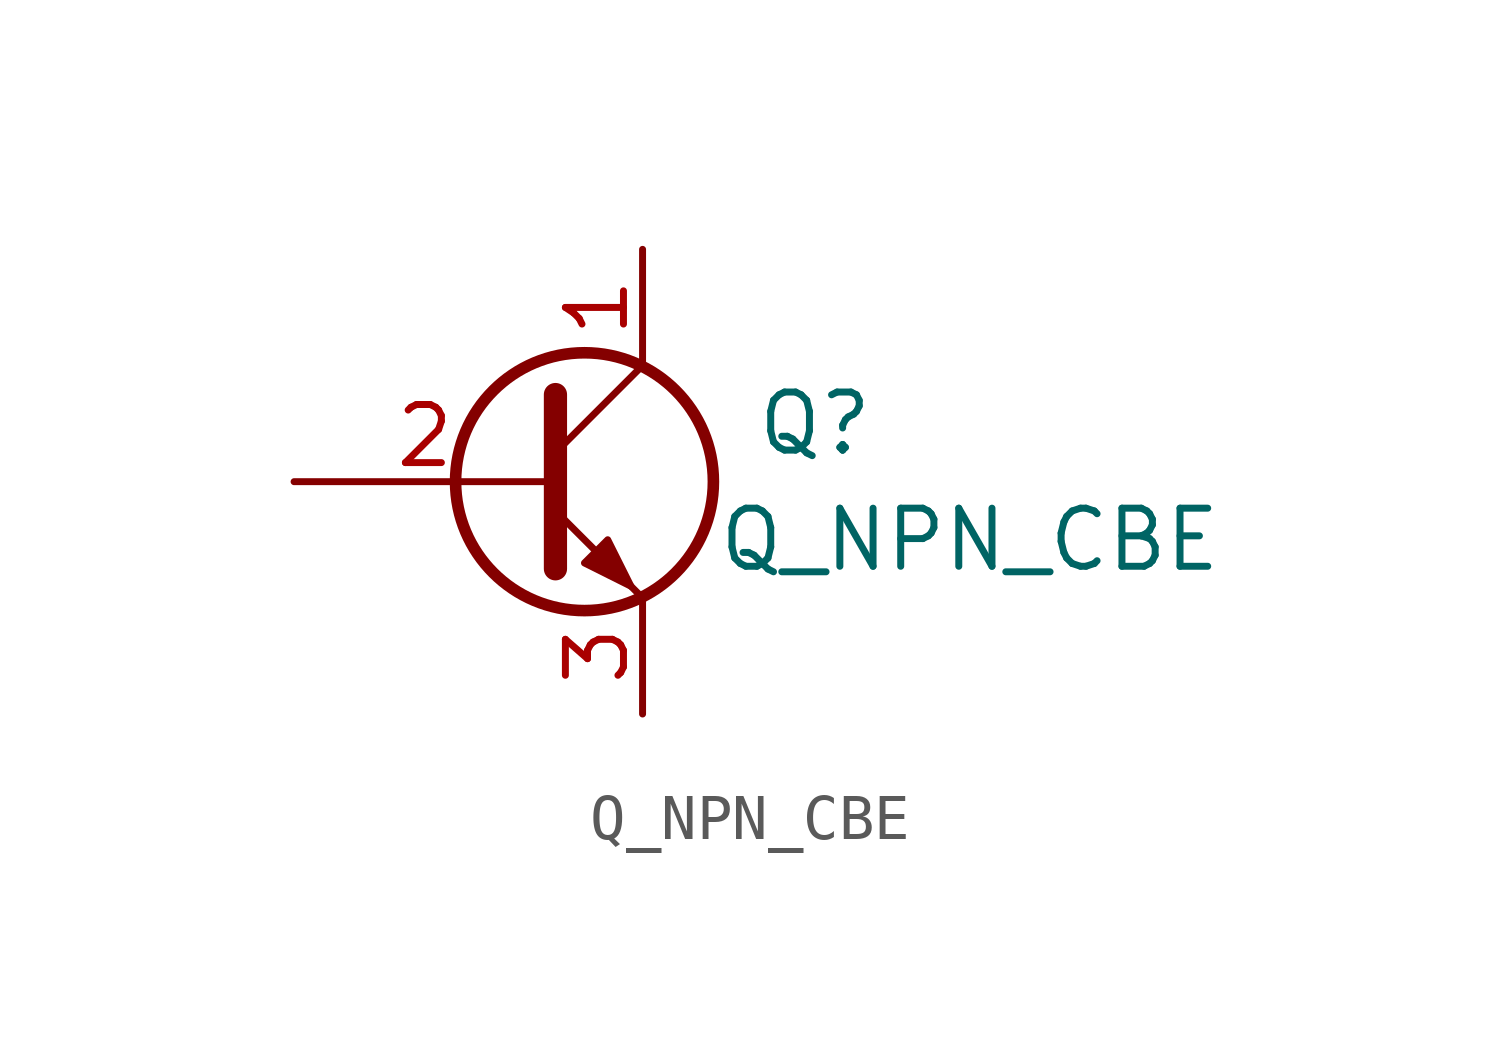
<source format=kicad_sym>
(kicad_symbol_lib
  (version 20220331)
  (generator kicad_symbol_editor)
  (symbol "Q_NPN_CBE"
    (pin_names
      (offset 0) hide)
    (property "Reference" "Q"
      (at 7.62 1.27 0)
      (effects (font (size 1.27 1.27)) (justify right)))
    (property "Value" "Q_NPN_CBE"
      (at 15.24 -1.27 0)
      (effects (font (size 1.27 1.27)) (justify right)))
    (property "Footprint" ""
      (at 5.08 2.54 0)
      (effects (font (size 0.737 0.737))))
    (property "Datasheet" ""
      (at 0 0 0)
      (effects (font (size 1.524 1.524))))
    (symbol "Q_NPN_CBE_0_1"
      (polyline (pts (xy 0.635 0.635) (xy 2.54 2.54)) (stroke (width 0) (type default)) (fill (type none)))
      (polyline (pts (xy 0.635 -0.635) (xy 2.54 -2.54) (xy 2.54 -2.54)) (stroke (width 0) (type default)) (fill (type none)))
      (polyline (pts (xy 0.635 1.905) (xy 0.635 -1.905) (xy 0.635 -1.905)) (stroke (width 0.508) (type default)) (fill (type none)))
      (polyline (pts (xy 1.27 -1.778) (xy 1.778 -1.27) (xy 2.286 -2.286) (xy 1.27 -1.778) (xy 1.27 -1.778)) (stroke (width 0) (type default)) (fill (type outline)))
      (circle (center 1.27 0) (radius 2.819) (stroke (width 0.254) (type default)) (fill (type none))))
    (symbol "Q_NPN_CBE_1_1"
      (pin passive line (at 2.54 5.08 270) (length 2.54) (name "C" (effects (font (size 1.27 1.27)))) (number "1" (effects (font (size 1.27 1.27)))))
      (pin input line (at -5.08 0 0) (length 5.715) (name "B" (effects (font (size 1.27 1.27)))) (number "2" (effects (font (size 1.27 1.27)))))
      (pin passive line (at 2.54 -5.08 90) (length 2.54) (name "E" (effects (font (size 1.27 1.27)))) (number "3" (effects (font (size 1.27 1.27))))))))
</source>
